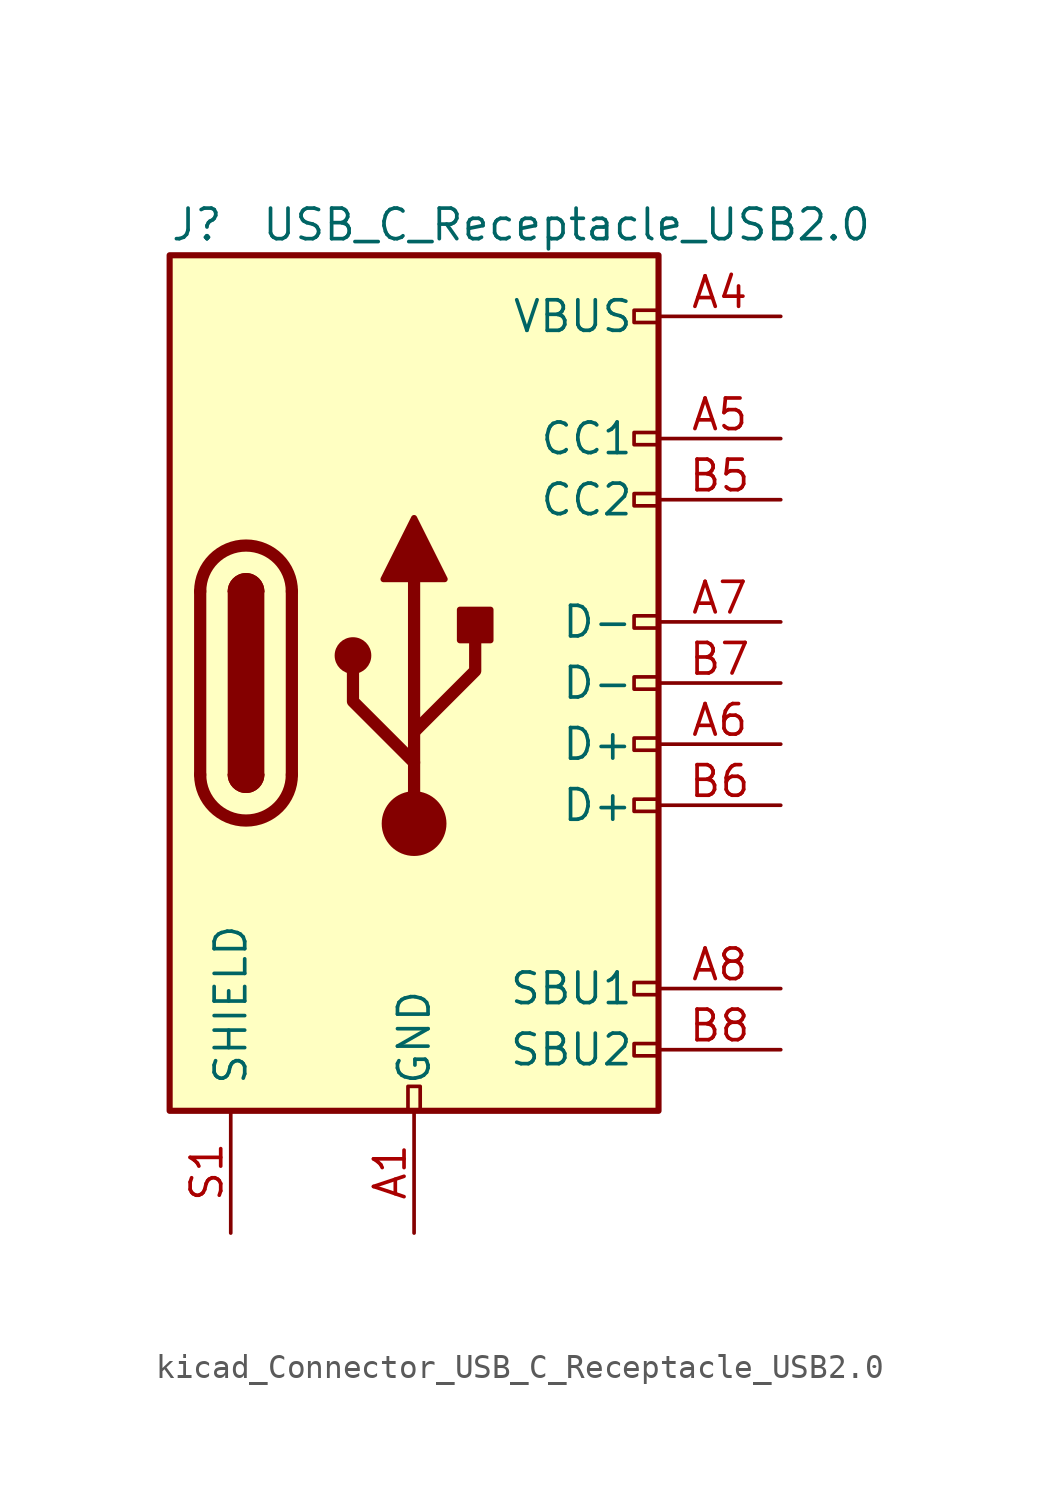
<source format=kicad_sym>
(kicad_symbol_lib
  (version 20220914)
  (generator kicad_symbol_editor)
  (symbol "kicad_Connector_USB_C_Receptacle_USB2.0"
    (pin_names
      (offset 1.016))
    (property "Reference" "J"
      (at -10.16 19.05 0)
      (effects (font (size 1.27 1.27)) (justify left)))
    (property "Value" "USB_C_Receptacle_USB2.0"
      (at 19.05 19.05 0)
      (effects (font (size 1.27 1.27)) (justify right)))
    (symbol "kicad_Connector_USB_C_Receptacle_USB2.0_0_0"
      (rectangle (start -0.254 -17.78) (end 0.254 -16.764) (stroke (width 0) (type default)) (fill (type none)))
      (rectangle (start 10.16 -14.986) (end 9.144 -15.494) (stroke (width 0) (type default)) (fill (type none)))
      (rectangle (start 10.16 -12.446) (end 9.144 -12.954) (stroke (width 0) (type default)) (fill (type none)))
      (rectangle (start 10.16 -4.826) (end 9.144 -5.334) (stroke (width 0) (type default)) (fill (type none)))
      (rectangle (start 10.16 -2.286) (end 9.144 -2.794) (stroke (width 0) (type default)) (fill (type none)))
      (rectangle (start 10.16 0.254) (end 9.144 -0.254) (stroke (width 0) (type default)) (fill (type none)))
      (rectangle (start 10.16 2.794) (end 9.144 2.286) (stroke (width 0) (type default)) (fill (type none)))
      (rectangle (start 10.16 7.874) (end 9.144 7.366) (stroke (width 0) (type default)) (fill (type none)))
      (rectangle (start 10.16 10.414) (end 9.144 9.906) (stroke (width 0) (type default)) (fill (type none)))
      (rectangle (start 10.16 15.494) (end 9.144 14.986) (stroke (width 0) (type default)) (fill (type none))))
    (symbol "kicad_Connector_USB_C_Receptacle_USB2.0_0_1"
      (rectangle (start -10.16 17.78) (end 10.16 -17.78) (stroke (width 0.254) (type default)) (fill (type background)))
      (arc (start -8.89 -3.81) (mid -6.985 -5.7067) (end -5.08 -3.81) (stroke (width 0.508) (type default)) (fill (type none)))
      (arc (start -7.62 -3.81) (mid -6.985 -4.4423) (end -6.35 -3.81) (stroke (width 0.254) (type default)) (fill (type none)))
      (arc (start -7.62 -3.81) (mid -6.985 -4.4423) (end -6.35 -3.81) (stroke (width 0.254) (type default)) (fill (type outline)))
      (rectangle (start -7.62 -3.81) (end -6.35 3.81) (stroke (width 0.254) (type default)) (fill (type outline)))
      (arc (start -6.35 3.81) (mid -6.985 4.4423) (end -7.62 3.81) (stroke (width 0.254) (type default)) (fill (type none)))
      (arc (start -6.35 3.81) (mid -6.985 4.4423) (end -7.62 3.81) (stroke (width 0.254) (type default)) (fill (type outline)))
      (arc (start -5.08 3.81) (mid -6.985 5.7067) (end -8.89 3.81) (stroke (width 0.508) (type default)) (fill (type none)))
      (circle (center -2.54 1.143) (radius 0.635) (stroke (width 0.254) (type default)) (fill (type outline)))
      (circle (center 0 -5.842) (radius 1.27) (stroke (width 0) (type default)) (fill (type outline)))
      (polyline (pts (xy -8.89 -3.81) (xy -8.89 3.81)) (stroke (width 0.508) (type default)) (fill (type none)))
      (polyline (pts (xy -5.08 3.81) (xy -5.08 -3.81)) (stroke (width 0.508) (type default)) (fill (type none)))
      (polyline (pts (xy 0 -5.842) (xy 0 4.318)) (stroke (width 0.508) (type default)) (fill (type none)))
      (polyline (pts (xy 0 -3.302) (xy -2.54 -0.762) (xy -2.54 0.508)) (stroke (width 0.508) (type default)) (fill (type none)))
      (polyline (pts (xy 0 -2.032) (xy 2.54 0.508) (xy 2.54 1.778)) (stroke (width 0.508) (type default)) (fill (type none)))
      (polyline (pts (xy -1.27 4.318) (xy 0 6.858) (xy 1.27 4.318) (xy -1.27 4.318)) (stroke (width 0.254) (type default)) (fill (type outline)))
      (rectangle (start 1.905 1.778) (end 3.175 3.048) (stroke (width 0.254) (type default)) (fill (type outline))))
    (symbol "kicad_Connector_USB_C_Receptacle_USB2.0_1_1"
      (pin passive line (at 0 -22.86 90) (length 5.08) (name "GND" (effects (font (size 1.27 1.27)))) (number "A1" (effects (font (size 1.27 1.27)))))
      (pin passive line (at 0 -22.86 90) (length 5.08) hide (name "GND" (effects (font (size 1.27 1.27)))) (number "A12" (effects (font (size 1.27 1.27)))))
      (pin passive line (at 15.24 15.24 180) (length 5.08) (name "VBUS" (effects (font (size 1.27 1.27)))) (number "A4" (effects (font (size 1.27 1.27)))))
      (pin bidirectional line (at 15.24 10.16 180) (length 5.08) (name "CC1" (effects (font (size 1.27 1.27)))) (number "A5" (effects (font (size 1.27 1.27)))))
      (pin bidirectional line (at 15.24 -2.54 180) (length 5.08) (name "D+" (effects (font (size 1.27 1.27)))) (number "A6" (effects (font (size 1.27 1.27)))))
      (pin bidirectional line (at 15.24 2.54 180) (length 5.08) (name "D-" (effects (font (size 1.27 1.27)))) (number "A7" (effects (font (size 1.27 1.27)))))
      (pin bidirectional line (at 15.24 -12.7 180) (length 5.08) (name "SBU1" (effects (font (size 1.27 1.27)))) (number "A8" (effects (font (size 1.27 1.27)))))
      (pin passive line (at 15.24 15.24 180) (length 5.08) hide (name "VBUS" (effects (font (size 1.27 1.27)))) (number "A9" (effects (font (size 1.27 1.27)))))
      (pin passive line (at 0 -22.86 90) (length 5.08) hide (name "GND" (effects (font (size 1.27 1.27)))) (number "B1" (effects (font (size 1.27 1.27)))))
      (pin passive line (at 0 -22.86 90) (length 5.08) hide (name "GND" (effects (font (size 1.27 1.27)))) (number "B12" (effects (font (size 1.27 1.27)))))
      (pin passive line (at 15.24 15.24 180) (length 5.08) hide (name "VBUS" (effects (font (size 1.27 1.27)))) (number "B4" (effects (font (size 1.27 1.27)))))
      (pin bidirectional line (at 15.24 7.62 180) (length 5.08) (name "CC2" (effects (font (size 1.27 1.27)))) (number "B5" (effects (font (size 1.27 1.27)))))
      (pin bidirectional line (at 15.24 -5.08 180) (length 5.08) (name "D+" (effects (font (size 1.27 1.27)))) (number "B6" (effects (font (size 1.27 1.27)))))
      (pin bidirectional line (at 15.24 0 180) (length 5.08) (name "D-" (effects (font (size 1.27 1.27)))) (number "B7" (effects (font (size 1.27 1.27)))))
      (pin bidirectional line (at 15.24 -15.24 180) (length 5.08) (name "SBU2" (effects (font (size 1.27 1.27)))) (number "B8" (effects (font (size 1.27 1.27)))))
      (pin passive line (at 15.24 15.24 180) (length 5.08) hide (name "VBUS" (effects (font (size 1.27 1.27)))) (number "B9" (effects (font (size 1.27 1.27)))))
      (pin passive line (at -7.62 -22.86 90) (length 5.08) (name "SHIELD" (effects (font (size 1.27 1.27)))) (number "S1" (effects (font (size 1.27 1.27))))))))
</source>
